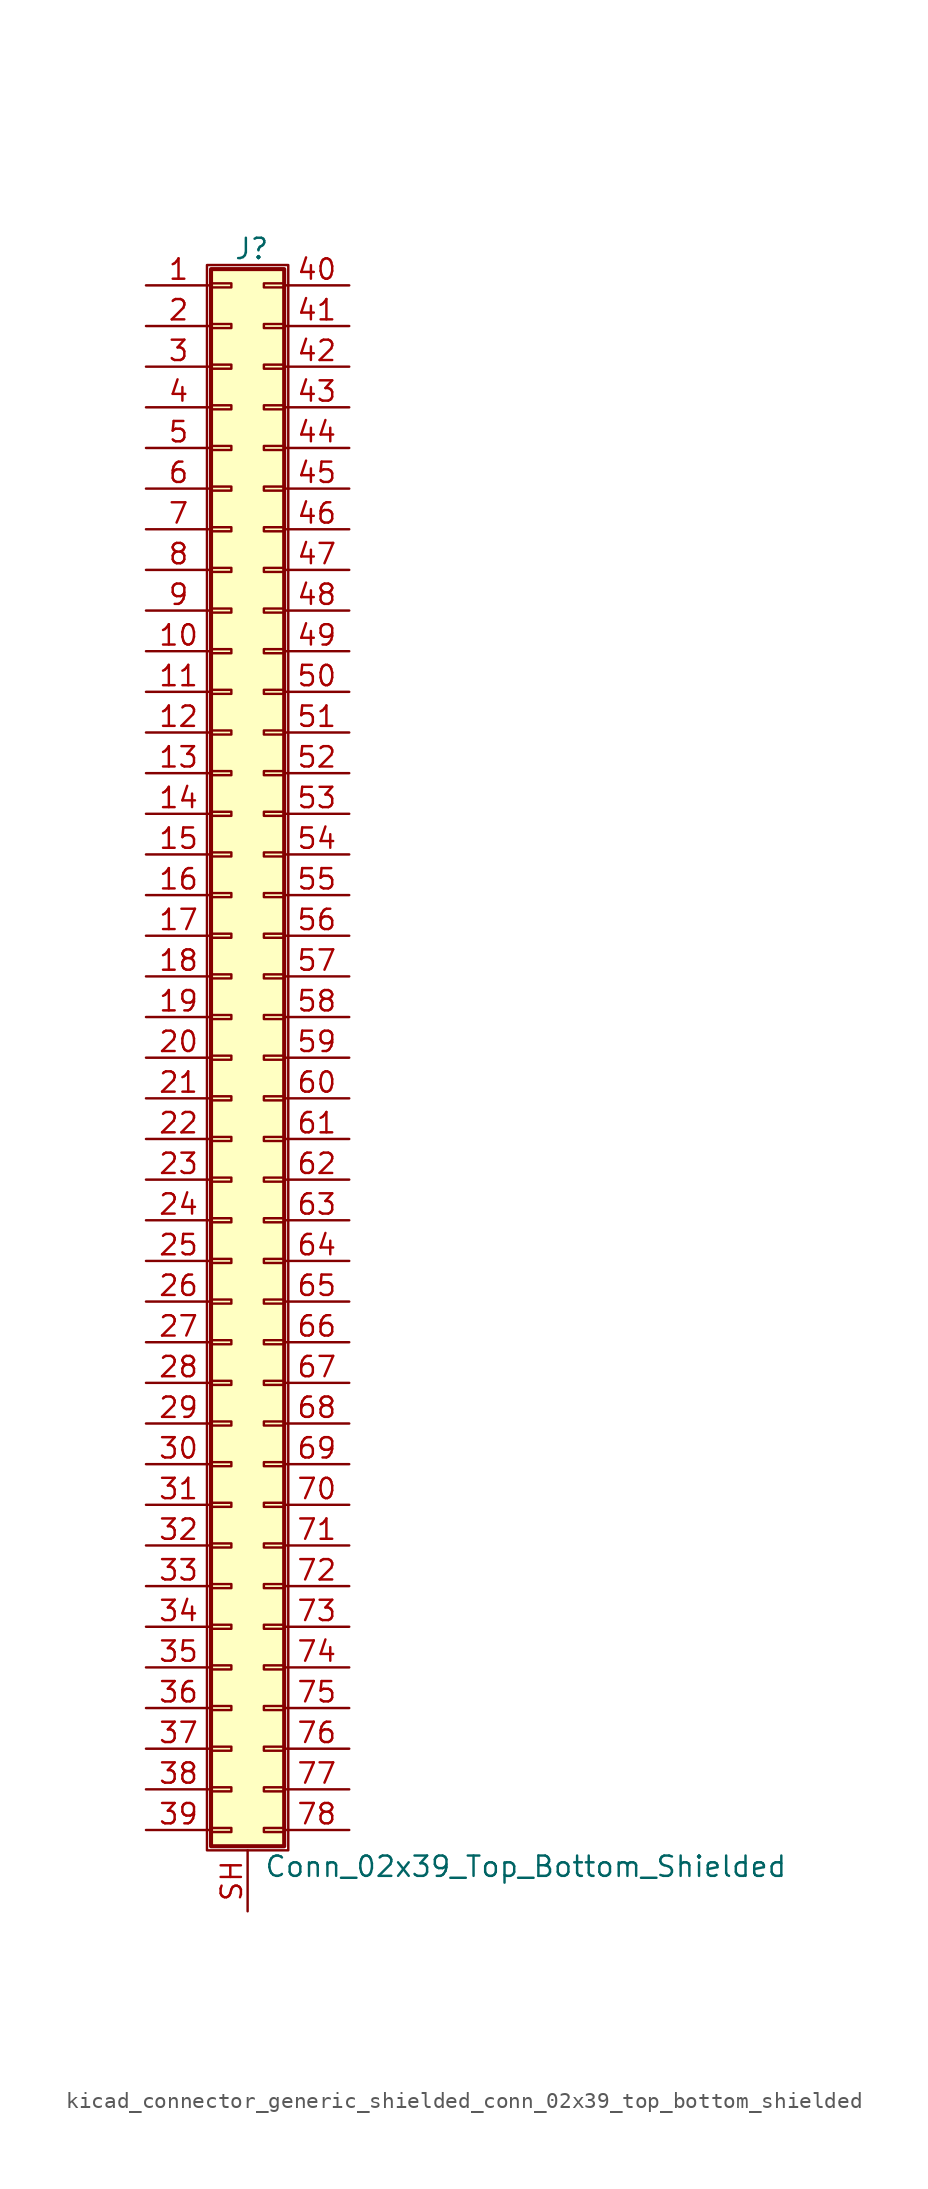
<source format=kicad_sym>
(kicad_symbol_lib
  (version 20220914)
  (generator kicad_symbol_editor)
  (symbol "kicad_connector_generic_shielded_conn_02x39_top_bottom_shielded"
    (pin_names
      (offset 1.016) hide)
    (property "Reference" "J"
      (at 1.524 50.546 0)
      (effects (font (size 1.27 1.27))))
    (property "Value" "Conn_02x39_Top_Bottom_Shielded"
      (at 2.286 -50.546 0)
      (effects (font (size 1.27 1.27)) (justify left)))
    (symbol "kicad_connector_generic_shielded_conn_02x39_top_bottom_shielded_1_1"
      (rectangle (start -1.27 49.53) (end 3.81 -49.53) (stroke (width 0.152) (type default)) (fill (type none)))
      (rectangle (start -1.016 -48.133) (end 0.254 -48.387) (stroke (width 0.152) (type default)) (fill (type none)))
      (rectangle (start -1.016 -45.593) (end 0.254 -45.847) (stroke (width 0.152) (type default)) (fill (type none)))
      (rectangle (start -1.016 -43.053) (end 0.254 -43.307) (stroke (width 0.152) (type default)) (fill (type none)))
      (rectangle (start -1.016 -40.513) (end 0.254 -40.767) (stroke (width 0.152) (type default)) (fill (type none)))
      (rectangle (start -1.016 -37.973) (end 0.254 -38.227) (stroke (width 0.152) (type default)) (fill (type none)))
      (rectangle (start -1.016 -35.433) (end 0.254 -35.687) (stroke (width 0.152) (type default)) (fill (type none)))
      (rectangle (start -1.016 -32.893) (end 0.254 -33.147) (stroke (width 0.152) (type default)) (fill (type none)))
      (rectangle (start -1.016 -30.353) (end 0.254 -30.607) (stroke (width 0.152) (type default)) (fill (type none)))
      (rectangle (start -1.016 -27.813) (end 0.254 -28.067) (stroke (width 0.152) (type default)) (fill (type none)))
      (rectangle (start -1.016 -25.273) (end 0.254 -25.527) (stroke (width 0.152) (type default)) (fill (type none)))
      (rectangle (start -1.016 -22.733) (end 0.254 -22.987) (stroke (width 0.152) (type default)) (fill (type none)))
      (rectangle (start -1.016 -20.193) (end 0.254 -20.447) (stroke (width 0.152) (type default)) (fill (type none)))
      (rectangle (start -1.016 -17.653) (end 0.254 -17.907) (stroke (width 0.152) (type default)) (fill (type none)))
      (rectangle (start -1.016 -15.113) (end 0.254 -15.367) (stroke (width 0.152) (type default)) (fill (type none)))
      (rectangle (start -1.016 -12.573) (end 0.254 -12.827) (stroke (width 0.152) (type default)) (fill (type none)))
      (rectangle (start -1.016 -10.033) (end 0.254 -10.287) (stroke (width 0.152) (type default)) (fill (type none)))
      (rectangle (start -1.016 -7.493) (end 0.254 -7.747) (stroke (width 0.152) (type default)) (fill (type none)))
      (rectangle (start -1.016 -4.953) (end 0.254 -5.207) (stroke (width 0.152) (type default)) (fill (type none)))
      (rectangle (start -1.016 -2.413) (end 0.254 -2.667) (stroke (width 0.152) (type default)) (fill (type none)))
      (rectangle (start -1.016 0.127) (end 0.254 -0.127) (stroke (width 0.152) (type default)) (fill (type none)))
      (rectangle (start -1.016 2.667) (end 0.254 2.413) (stroke (width 0.152) (type default)) (fill (type none)))
      (rectangle (start -1.016 5.207) (end 0.254 4.953) (stroke (width 0.152) (type default)) (fill (type none)))
      (rectangle (start -1.016 7.747) (end 0.254 7.493) (stroke (width 0.152) (type default)) (fill (type none)))
      (rectangle (start -1.016 10.287) (end 0.254 10.033) (stroke (width 0.152) (type default)) (fill (type none)))
      (rectangle (start -1.016 12.827) (end 0.254 12.573) (stroke (width 0.152) (type default)) (fill (type none)))
      (rectangle (start -1.016 15.367) (end 0.254 15.113) (stroke (width 0.152) (type default)) (fill (type none)))
      (rectangle (start -1.016 17.907) (end 0.254 17.653) (stroke (width 0.152) (type default)) (fill (type none)))
      (rectangle (start -1.016 20.447) (end 0.254 20.193) (stroke (width 0.152) (type default)) (fill (type none)))
      (rectangle (start -1.016 22.987) (end 0.254 22.733) (stroke (width 0.152) (type default)) (fill (type none)))
      (rectangle (start -1.016 25.527) (end 0.254 25.273) (stroke (width 0.152) (type default)) (fill (type none)))
      (rectangle (start -1.016 28.067) (end 0.254 27.813) (stroke (width 0.152) (type default)) (fill (type none)))
      (rectangle (start -1.016 30.607) (end 0.254 30.353) (stroke (width 0.152) (type default)) (fill (type none)))
      (rectangle (start -1.016 33.147) (end 0.254 32.893) (stroke (width 0.152) (type default)) (fill (type none)))
      (rectangle (start -1.016 35.687) (end 0.254 35.433) (stroke (width 0.152) (type default)) (fill (type none)))
      (rectangle (start -1.016 38.227) (end 0.254 37.973) (stroke (width 0.152) (type default)) (fill (type none)))
      (rectangle (start -1.016 40.767) (end 0.254 40.513) (stroke (width 0.152) (type default)) (fill (type none)))
      (rectangle (start -1.016 43.307) (end 0.254 43.053) (stroke (width 0.152) (type default)) (fill (type none)))
      (rectangle (start -1.016 45.847) (end 0.254 45.593) (stroke (width 0.152) (type default)) (fill (type none)))
      (rectangle (start -1.016 48.387) (end 0.254 48.133) (stroke (width 0.152) (type default)) (fill (type none)))
      (rectangle (start -1.016 49.276) (end 3.556 -49.276) (stroke (width 0.254) (type default)) (fill (type background)))
      (rectangle (start 3.556 -48.133) (end 2.286 -48.387) (stroke (width 0.152) (type default)) (fill (type none)))
      (rectangle (start 3.556 -45.593) (end 2.286 -45.847) (stroke (width 0.152) (type default)) (fill (type none)))
      (rectangle (start 3.556 -43.053) (end 2.286 -43.307) (stroke (width 0.152) (type default)) (fill (type none)))
      (rectangle (start 3.556 -40.513) (end 2.286 -40.767) (stroke (width 0.152) (type default)) (fill (type none)))
      (rectangle (start 3.556 -37.973) (end 2.286 -38.227) (stroke (width 0.152) (type default)) (fill (type none)))
      (rectangle (start 3.556 -35.433) (end 2.286 -35.687) (stroke (width 0.152) (type default)) (fill (type none)))
      (rectangle (start 3.556 -32.893) (end 2.286 -33.147) (stroke (width 0.152) (type default)) (fill (type none)))
      (rectangle (start 3.556 -30.353) (end 2.286 -30.607) (stroke (width 0.152) (type default)) (fill (type none)))
      (rectangle (start 3.556 -27.813) (end 2.286 -28.067) (stroke (width 0.152) (type default)) (fill (type none)))
      (rectangle (start 3.556 -25.273) (end 2.286 -25.527) (stroke (width 0.152) (type default)) (fill (type none)))
      (rectangle (start 3.556 -22.733) (end 2.286 -22.987) (stroke (width 0.152) (type default)) (fill (type none)))
      (rectangle (start 3.556 -20.193) (end 2.286 -20.447) (stroke (width 0.152) (type default)) (fill (type none)))
      (rectangle (start 3.556 -17.653) (end 2.286 -17.907) (stroke (width 0.152) (type default)) (fill (type none)))
      (rectangle (start 3.556 -15.113) (end 2.286 -15.367) (stroke (width 0.152) (type default)) (fill (type none)))
      (rectangle (start 3.556 -12.573) (end 2.286 -12.827) (stroke (width 0.152) (type default)) (fill (type none)))
      (rectangle (start 3.556 -10.033) (end 2.286 -10.287) (stroke (width 0.152) (type default)) (fill (type none)))
      (rectangle (start 3.556 -7.493) (end 2.286 -7.747) (stroke (width 0.152) (type default)) (fill (type none)))
      (rectangle (start 3.556 -4.953) (end 2.286 -5.207) (stroke (width 0.152) (type default)) (fill (type none)))
      (rectangle (start 3.556 -2.413) (end 2.286 -2.667) (stroke (width 0.152) (type default)) (fill (type none)))
      (rectangle (start 3.556 0.127) (end 2.286 -0.127) (stroke (width 0.152) (type default)) (fill (type none)))
      (rectangle (start 3.556 2.667) (end 2.286 2.413) (stroke (width 0.152) (type default)) (fill (type none)))
      (rectangle (start 3.556 5.207) (end 2.286 4.953) (stroke (width 0.152) (type default)) (fill (type none)))
      (rectangle (start 3.556 7.747) (end 2.286 7.493) (stroke (width 0.152) (type default)) (fill (type none)))
      (rectangle (start 3.556 10.287) (end 2.286 10.033) (stroke (width 0.152) (type default)) (fill (type none)))
      (rectangle (start 3.556 12.827) (end 2.286 12.573) (stroke (width 0.152) (type default)) (fill (type none)))
      (rectangle (start 3.556 15.367) (end 2.286 15.113) (stroke (width 0.152) (type default)) (fill (type none)))
      (rectangle (start 3.556 17.907) (end 2.286 17.653) (stroke (width 0.152) (type default)) (fill (type none)))
      (rectangle (start 3.556 20.447) (end 2.286 20.193) (stroke (width 0.152) (type default)) (fill (type none)))
      (rectangle (start 3.556 22.987) (end 2.286 22.733) (stroke (width 0.152) (type default)) (fill (type none)))
      (rectangle (start 3.556 25.527) (end 2.286 25.273) (stroke (width 0.152) (type default)) (fill (type none)))
      (rectangle (start 3.556 28.067) (end 2.286 27.813) (stroke (width 0.152) (type default)) (fill (type none)))
      (rectangle (start 3.556 30.607) (end 2.286 30.353) (stroke (width 0.152) (type default)) (fill (type none)))
      (rectangle (start 3.556 33.147) (end 2.286 32.893) (stroke (width 0.152) (type default)) (fill (type none)))
      (rectangle (start 3.556 35.687) (end 2.286 35.433) (stroke (width 0.152) (type default)) (fill (type none)))
      (rectangle (start 3.556 38.227) (end 2.286 37.973) (stroke (width 0.152) (type default)) (fill (type none)))
      (rectangle (start 3.556 40.767) (end 2.286 40.513) (stroke (width 0.152) (type default)) (fill (type none)))
      (rectangle (start 3.556 43.307) (end 2.286 43.053) (stroke (width 0.152) (type default)) (fill (type none)))
      (rectangle (start 3.556 45.847) (end 2.286 45.593) (stroke (width 0.152) (type default)) (fill (type none)))
      (rectangle (start 3.556 48.387) (end 2.286 48.133) (stroke (width 0.152) (type default)) (fill (type none)))
      (pin passive line (at -5.08 48.26 0) (length 4.064) (name "Pin_1" (effects (font (size 1.27 1.27)))) (number "1" (effects (font (size 1.27 1.27)))))
      (pin passive line (at -5.08 25.4 0) (length 4.064) (name "Pin_10" (effects (font (size 1.27 1.27)))) (number "10" (effects (font (size 1.27 1.27)))))
      (pin passive line (at -5.08 22.86 0) (length 4.064) (name "Pin_11" (effects (font (size 1.27 1.27)))) (number "11" (effects (font (size 1.27 1.27)))))
      (pin passive line (at -5.08 20.32 0) (length 4.064) (name "Pin_12" (effects (font (size 1.27 1.27)))) (number "12" (effects (font (size 1.27 1.27)))))
      (pin passive line (at -5.08 17.78 0) (length 4.064) (name "Pin_13" (effects (font (size 1.27 1.27)))) (number "13" (effects (font (size 1.27 1.27)))))
      (pin passive line (at -5.08 15.24 0) (length 4.064) (name "Pin_14" (effects (font (size 1.27 1.27)))) (number "14" (effects (font (size 1.27 1.27)))))
      (pin passive line (at -5.08 12.7 0) (length 4.064) (name "Pin_15" (effects (font (size 1.27 1.27)))) (number "15" (effects (font (size 1.27 1.27)))))
      (pin passive line (at -5.08 10.16 0) (length 4.064) (name "Pin_16" (effects (font (size 1.27 1.27)))) (number "16" (effects (font (size 1.27 1.27)))))
      (pin passive line (at -5.08 7.62 0) (length 4.064) (name "Pin_17" (effects (font (size 1.27 1.27)))) (number "17" (effects (font (size 1.27 1.27)))))
      (pin passive line (at -5.08 5.08 0) (length 4.064) (name "Pin_18" (effects (font (size 1.27 1.27)))) (number "18" (effects (font (size 1.27 1.27)))))
      (pin passive line (at -5.08 2.54 0) (length 4.064) (name "Pin_19" (effects (font (size 1.27 1.27)))) (number "19" (effects (font (size 1.27 1.27)))))
      (pin passive line (at -5.08 45.72 0) (length 4.064) (name "Pin_2" (effects (font (size 1.27 1.27)))) (number "2" (effects (font (size 1.27 1.27)))))
      (pin passive line (at -5.08 0 0) (length 4.064) (name "Pin_20" (effects (font (size 1.27 1.27)))) (number "20" (effects (font (size 1.27 1.27)))))
      (pin passive line (at -5.08 -2.54 0) (length 4.064) (name "Pin_21" (effects (font (size 1.27 1.27)))) (number "21" (effects (font (size 1.27 1.27)))))
      (pin passive line (at -5.08 -5.08 0) (length 4.064) (name "Pin_22" (effects (font (size 1.27 1.27)))) (number "22" (effects (font (size 1.27 1.27)))))
      (pin passive line (at -5.08 -7.62 0) (length 4.064) (name "Pin_23" (effects (font (size 1.27 1.27)))) (number "23" (effects (font (size 1.27 1.27)))))
      (pin passive line (at -5.08 -10.16 0) (length 4.064) (name "Pin_24" (effects (font (size 1.27 1.27)))) (number "24" (effects (font (size 1.27 1.27)))))
      (pin passive line (at -5.08 -12.7 0) (length 4.064) (name "Pin_25" (effects (font (size 1.27 1.27)))) (number "25" (effects (font (size 1.27 1.27)))))
      (pin passive line (at -5.08 -15.24 0) (length 4.064) (name "Pin_26" (effects (font (size 1.27 1.27)))) (number "26" (effects (font (size 1.27 1.27)))))
      (pin passive line (at -5.08 -17.78 0) (length 4.064) (name "Pin_27" (effects (font (size 1.27 1.27)))) (number "27" (effects (font (size 1.27 1.27)))))
      (pin passive line (at -5.08 -20.32 0) (length 4.064) (name "Pin_28" (effects (font (size 1.27 1.27)))) (number "28" (effects (font (size 1.27 1.27)))))
      (pin passive line (at -5.08 -22.86 0) (length 4.064) (name "Pin_29" (effects (font (size 1.27 1.27)))) (number "29" (effects (font (size 1.27 1.27)))))
      (pin passive line (at -5.08 43.18 0) (length 4.064) (name "Pin_3" (effects (font (size 1.27 1.27)))) (number "3" (effects (font (size 1.27 1.27)))))
      (pin passive line (at -5.08 -25.4 0) (length 4.064) (name "Pin_30" (effects (font (size 1.27 1.27)))) (number "30" (effects (font (size 1.27 1.27)))))
      (pin passive line (at -5.08 -27.94 0) (length 4.064) (name "Pin_31" (effects (font (size 1.27 1.27)))) (number "31" (effects (font (size 1.27 1.27)))))
      (pin passive line (at -5.08 -30.48 0) (length 4.064) (name "Pin_32" (effects (font (size 1.27 1.27)))) (number "32" (effects (font (size 1.27 1.27)))))
      (pin passive line (at -5.08 -33.02 0) (length 4.064) (name "Pin_33" (effects (font (size 1.27 1.27)))) (number "33" (effects (font (size 1.27 1.27)))))
      (pin passive line (at -5.08 -35.56 0) (length 4.064) (name "Pin_34" (effects (font (size 1.27 1.27)))) (number "34" (effects (font (size 1.27 1.27)))))
      (pin passive line (at -5.08 -38.1 0) (length 4.064) (name "Pin_35" (effects (font (size 1.27 1.27)))) (number "35" (effects (font (size 1.27 1.27)))))
      (pin passive line (at -5.08 -40.64 0) (length 4.064) (name "Pin_36" (effects (font (size 1.27 1.27)))) (number "36" (effects (font (size 1.27 1.27)))))
      (pin passive line (at -5.08 -43.18 0) (length 4.064) (name "Pin_37" (effects (font (size 1.27 1.27)))) (number "37" (effects (font (size 1.27 1.27)))))
      (pin passive line (at -5.08 -45.72 0) (length 4.064) (name "Pin_38" (effects (font (size 1.27 1.27)))) (number "38" (effects (font (size 1.27 1.27)))))
      (pin passive line (at -5.08 -48.26 0) (length 4.064) (name "Pin_39" (effects (font (size 1.27 1.27)))) (number "39" (effects (font (size 1.27 1.27)))))
      (pin passive line (at -5.08 40.64 0) (length 4.064) (name "Pin_4" (effects (font (size 1.27 1.27)))) (number "4" (effects (font (size 1.27 1.27)))))
      (pin passive line (at 7.62 48.26 180) (length 4.064) (name "Pin_40" (effects (font (size 1.27 1.27)))) (number "40" (effects (font (size 1.27 1.27)))))
      (pin passive line (at 7.62 45.72 180) (length 4.064) (name "Pin_41" (effects (font (size 1.27 1.27)))) (number "41" (effects (font (size 1.27 1.27)))))
      (pin passive line (at 7.62 43.18 180) (length 4.064) (name "Pin_42" (effects (font (size 1.27 1.27)))) (number "42" (effects (font (size 1.27 1.27)))))
      (pin passive line (at 7.62 40.64 180) (length 4.064) (name "Pin_43" (effects (font (size 1.27 1.27)))) (number "43" (effects (font (size 1.27 1.27)))))
      (pin passive line (at 7.62 38.1 180) (length 4.064) (name "Pin_44" (effects (font (size 1.27 1.27)))) (number "44" (effects (font (size 1.27 1.27)))))
      (pin passive line (at 7.62 35.56 180) (length 4.064) (name "Pin_45" (effects (font (size 1.27 1.27)))) (number "45" (effects (font (size 1.27 1.27)))))
      (pin passive line (at 7.62 33.02 180) (length 4.064) (name "Pin_46" (effects (font (size 1.27 1.27)))) (number "46" (effects (font (size 1.27 1.27)))))
      (pin passive line (at 7.62 30.48 180) (length 4.064) (name "Pin_47" (effects (font (size 1.27 1.27)))) (number "47" (effects (font (size 1.27 1.27)))))
      (pin passive line (at 7.62 27.94 180) (length 4.064) (name "Pin_48" (effects (font (size 1.27 1.27)))) (number "48" (effects (font (size 1.27 1.27)))))
      (pin passive line (at 7.62 25.4 180) (length 4.064) (name "Pin_49" (effects (font (size 1.27 1.27)))) (number "49" (effects (font (size 1.27 1.27)))))
      (pin passive line (at -5.08 38.1 0) (length 4.064) (name "Pin_5" (effects (font (size 1.27 1.27)))) (number "5" (effects (font (size 1.27 1.27)))))
      (pin passive line (at 7.62 22.86 180) (length 4.064) (name "Pin_50" (effects (font (size 1.27 1.27)))) (number "50" (effects (font (size 1.27 1.27)))))
      (pin passive line (at 7.62 20.32 180) (length 4.064) (name "Pin_51" (effects (font (size 1.27 1.27)))) (number "51" (effects (font (size 1.27 1.27)))))
      (pin passive line (at 7.62 17.78 180) (length 4.064) (name "Pin_52" (effects (font (size 1.27 1.27)))) (number "52" (effects (font (size 1.27 1.27)))))
      (pin passive line (at 7.62 15.24 180) (length 4.064) (name "Pin_53" (effects (font (size 1.27 1.27)))) (number "53" (effects (font (size 1.27 1.27)))))
      (pin passive line (at 7.62 12.7 180) (length 4.064) (name "Pin_54" (effects (font (size 1.27 1.27)))) (number "54" (effects (font (size 1.27 1.27)))))
      (pin passive line (at 7.62 10.16 180) (length 4.064) (name "Pin_55" (effects (font (size 1.27 1.27)))) (number "55" (effects (font (size 1.27 1.27)))))
      (pin passive line (at 7.62 7.62 180) (length 4.064) (name "Pin_56" (effects (font (size 1.27 1.27)))) (number "56" (effects (font (size 1.27 1.27)))))
      (pin passive line (at 7.62 5.08 180) (length 4.064) (name "Pin_57" (effects (font (size 1.27 1.27)))) (number "57" (effects (font (size 1.27 1.27)))))
      (pin passive line (at 7.62 2.54 180) (length 4.064) (name "Pin_58" (effects (font (size 1.27 1.27)))) (number "58" (effects (font (size 1.27 1.27)))))
      (pin passive line (at 7.62 0 180) (length 4.064) (name "Pin_59" (effects (font (size 1.27 1.27)))) (number "59" (effects (font (size 1.27 1.27)))))
      (pin passive line (at -5.08 35.56 0) (length 4.064) (name "Pin_6" (effects (font (size 1.27 1.27)))) (number "6" (effects (font (size 1.27 1.27)))))
      (pin passive line (at 7.62 -2.54 180) (length 4.064) (name "Pin_60" (effects (font (size 1.27 1.27)))) (number "60" (effects (font (size 1.27 1.27)))))
      (pin passive line (at 7.62 -5.08 180) (length 4.064) (name "Pin_61" (effects (font (size 1.27 1.27)))) (number "61" (effects (font (size 1.27 1.27)))))
      (pin passive line (at 7.62 -7.62 180) (length 4.064) (name "Pin_62" (effects (font (size 1.27 1.27)))) (number "62" (effects (font (size 1.27 1.27)))))
      (pin passive line (at 7.62 -10.16 180) (length 4.064) (name "Pin_63" (effects (font (size 1.27 1.27)))) (number "63" (effects (font (size 1.27 1.27)))))
      (pin passive line (at 7.62 -12.7 180) (length 4.064) (name "Pin_64" (effects (font (size 1.27 1.27)))) (number "64" (effects (font (size 1.27 1.27)))))
      (pin passive line (at 7.62 -15.24 180) (length 4.064) (name "Pin_65" (effects (font (size 1.27 1.27)))) (number "65" (effects (font (size 1.27 1.27)))))
      (pin passive line (at 7.62 -17.78 180) (length 4.064) (name "Pin_66" (effects (font (size 1.27 1.27)))) (number "66" (effects (font (size 1.27 1.27)))))
      (pin passive line (at 7.62 -20.32 180) (length 4.064) (name "Pin_67" (effects (font (size 1.27 1.27)))) (number "67" (effects (font (size 1.27 1.27)))))
      (pin passive line (at 7.62 -22.86 180) (length 4.064) (name "Pin_68" (effects (font (size 1.27 1.27)))) (number "68" (effects (font (size 1.27 1.27)))))
      (pin passive line (at 7.62 -25.4 180) (length 4.064) (name "Pin_69" (effects (font (size 1.27 1.27)))) (number "69" (effects (font (size 1.27 1.27)))))
      (pin passive line (at -5.08 33.02 0) (length 4.064) (name "Pin_7" (effects (font (size 1.27 1.27)))) (number "7" (effects (font (size 1.27 1.27)))))
      (pin passive line (at 7.62 -27.94 180) (length 4.064) (name "Pin_70" (effects (font (size 1.27 1.27)))) (number "70" (effects (font (size 1.27 1.27)))))
      (pin passive line (at 7.62 -30.48 180) (length 4.064) (name "Pin_71" (effects (font (size 1.27 1.27)))) (number "71" (effects (font (size 1.27 1.27)))))
      (pin passive line (at 7.62 -33.02 180) (length 4.064) (name "Pin_72" (effects (font (size 1.27 1.27)))) (number "72" (effects (font (size 1.27 1.27)))))
      (pin passive line (at 7.62 -35.56 180) (length 4.064) (name "Pin_73" (effects (font (size 1.27 1.27)))) (number "73" (effects (font (size 1.27 1.27)))))
      (pin passive line (at 7.62 -38.1 180) (length 4.064) (name "Pin_74" (effects (font (size 1.27 1.27)))) (number "74" (effects (font (size 1.27 1.27)))))
      (pin passive line (at 7.62 -40.64 180) (length 4.064) (name "Pin_75" (effects (font (size 1.27 1.27)))) (number "75" (effects (font (size 1.27 1.27)))))
      (pin passive line (at 7.62 -43.18 180) (length 4.064) (name "Pin_76" (effects (font (size 1.27 1.27)))) (number "76" (effects (font (size 1.27 1.27)))))
      (pin passive line (at 7.62 -45.72 180) (length 4.064) (name "Pin_77" (effects (font (size 1.27 1.27)))) (number "77" (effects (font (size 1.27 1.27)))))
      (pin passive line (at 7.62 -48.26 180) (length 4.064) (name "Pin_78" (effects (font (size 1.27 1.27)))) (number "78" (effects (font (size 1.27 1.27)))))
      (pin passive line (at -5.08 30.48 0) (length 4.064) (name "Pin_8" (effects (font (size 1.27 1.27)))) (number "8" (effects (font (size 1.27 1.27)))))
      (pin passive line (at -5.08 27.94 0) (length 4.064) (name "Pin_9" (effects (font (size 1.27 1.27)))) (number "9" (effects (font (size 1.27 1.27)))))
      (pin passive line (at 1.27 -53.34 90) (length 3.81) (name "Shield" (effects (font (size 1.27 1.27)))) (number "SH" (effects (font (size 1.27 1.27))))))))
</source>
